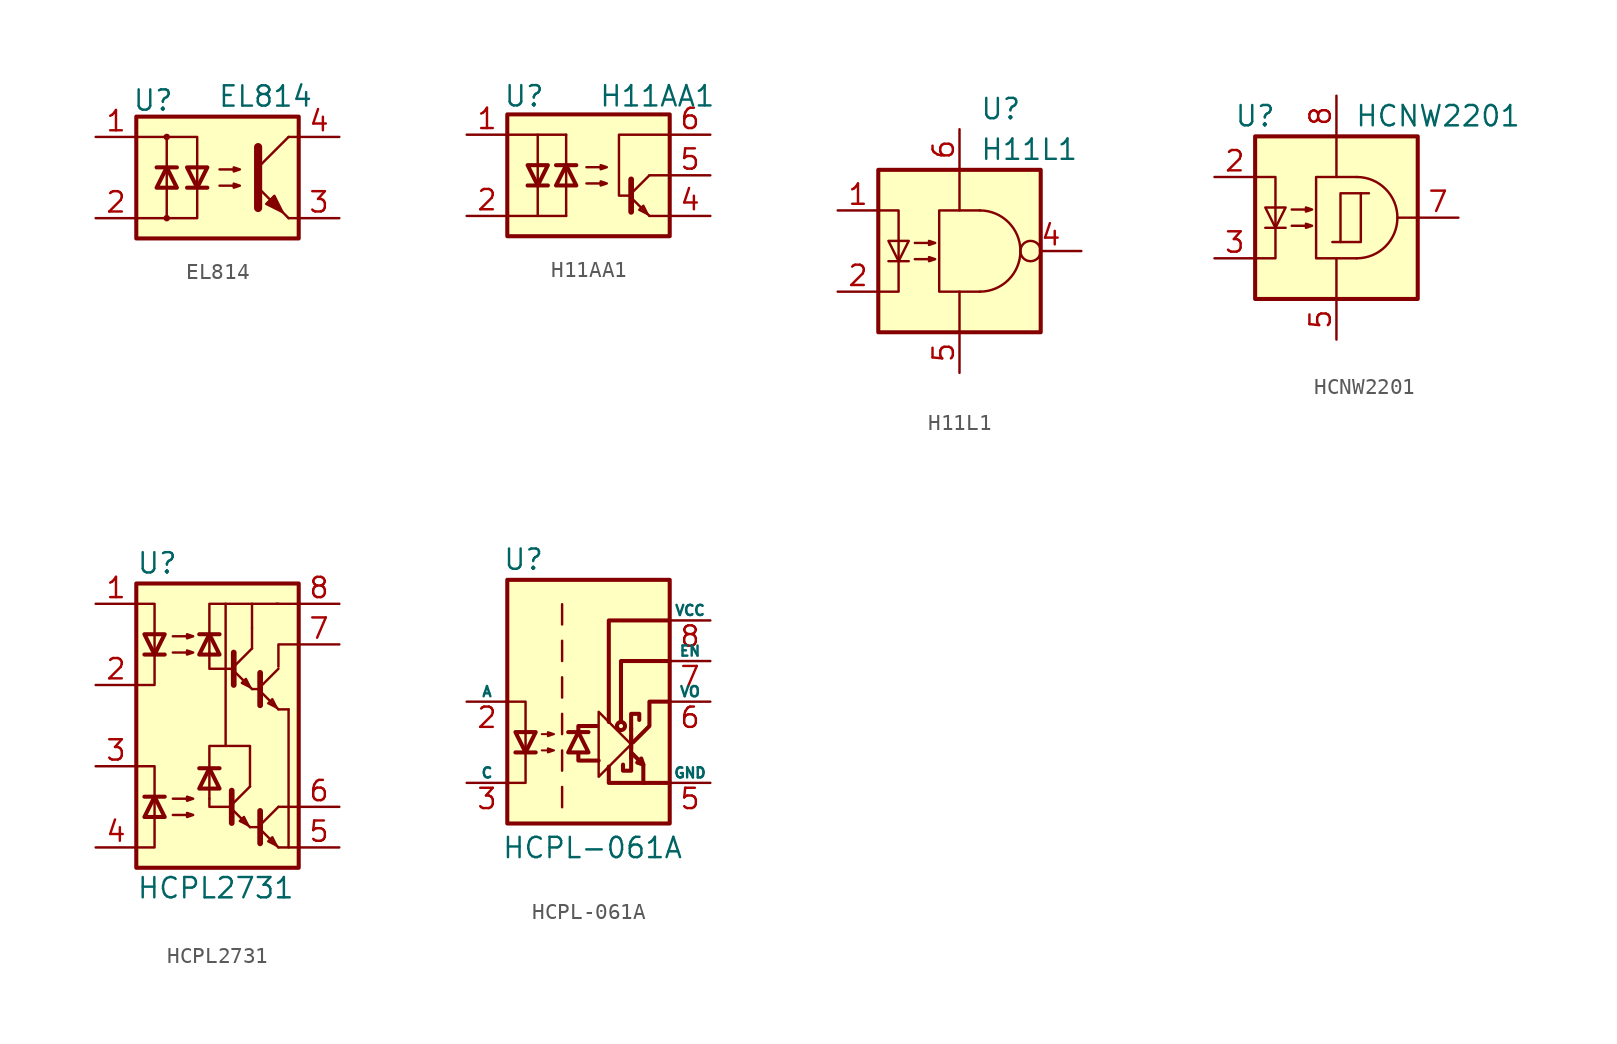
<source format=kicad_sym>
(kicad_symbol_lib
  (version 20200908)
  (generator kicad_symbol_editor)
  (symbol "Isolator:EL814"
    (pin_names
      (offset 1.016))
    (property "Reference" "U"
      (at -5.334 4.826 0)
      (effects (font (size 1.27 1.27)) (justify left)))
    (property "Value" "EL814"
      (at 0 5.08 0)
      (effects (font (size 1.27 1.27)) (justify left)))
    (symbol "EL814_0_1"
      (circle (center -3.175 -2.54) (radius 0.127) (stroke (width 0)) (fill (type none)))
      (circle (center -3.175 2.54) (radius 0.127) (stroke (width 0)) (fill (type none)))
      (rectangle (start -5.08 3.81) (end 5.08 -3.81) (stroke (width 0.254)) (fill (type background)))
      (polyline (pts (xy -3.81 0.635) (xy -2.54 0.635)) (stroke (width 0.254)) (fill (type none)))
      (polyline (pts (xy -3.175 -0.635) (xy -3.175 -2.54)) (stroke (width 0)) (fill (type none)))
      (polyline (pts (xy -3.175 0.635) (xy -3.175 -0.635)) (stroke (width 0)) (fill (type none)))
      (polyline (pts (xy -3.175 0.635) (xy -3.175 2.54)) (stroke (width 0)) (fill (type none)))
      (polyline (pts (xy -1.905 -0.635) (xy -0.635 -0.635)) (stroke (width 0.254)) (fill (type none)))
      (polyline (pts (xy -1.27 0.635) (xy -1.27 -0.635)) (stroke (width 0)) (fill (type none)))
      (polyline (pts (xy 2.54 0.635) (xy 4.445 2.54)) (stroke (width 0)) (fill (type none)))
      (polyline (pts (xy 4.445 -2.54) (xy 2.54 -0.635)) (stroke (width 0)) (fill (type outline)))
      (polyline (pts (xy 4.445 -2.54) (xy 5.08 -2.54)) (stroke (width 0)) (fill (type none)))
      (polyline (pts (xy 4.445 2.54) (xy 5.08 2.54)) (stroke (width 0)) (fill (type none)))
      (polyline (pts (xy -5.08 2.54) (xy -1.27 2.54) (xy -1.27 0.635)) (stroke (width 0)) (fill (type none)))
      (polyline (pts (xy -1.27 -0.635) (xy -1.27 -2.54) (xy -5.08 -2.54)) (stroke (width 0)) (fill (type none)))
      (polyline (pts (xy 2.54 1.905) (xy 2.54 -1.905) (xy 2.54 -1.905)) (stroke (width 0.508)) (fill (type none)))
      (polyline (pts (xy -3.175 0.635) (xy -3.81 -0.635) (xy -2.54 -0.635) (xy -3.175 0.635)) (stroke (width 0.254)) (fill (type none)))
      (polyline (pts (xy -1.27 -0.635) (xy -1.905 0.635) (xy -0.635 0.635) (xy -1.27 -0.635)) (stroke (width 0.254)) (fill (type none)))
      (polyline (pts (xy 0.127 -0.508) (xy 1.397 -0.508) (xy 1.016 -0.635) (xy 1.016 -0.381) (xy 1.397 -0.508)) (stroke (width 0)) (fill (type none)))
      (polyline (pts (xy 0.127 0.508) (xy 1.397 0.508) (xy 1.016 0.381) (xy 1.016 0.635) (xy 1.397 0.508)) (stroke (width 0)) (fill (type none)))
      (polyline (pts (xy 3.048 -1.651) (xy 3.556 -1.143) (xy 4.064 -2.159) (xy 3.048 -1.651) (xy 3.048 -1.651)) (stroke (width 0)) (fill (type outline))))
    (symbol "EL814_1_1"
      (pin passive line (at -7.62 2.54 0) (length 2.54) (name "~" (effects (font (size 1.27 1.27)))) (number "1" (effects (font (size 1.27 1.27)))))
      (pin passive line (at -7.62 -2.54 0) (length 2.54) (name "~" (effects (font (size 1.27 1.27)))) (number "2" (effects (font (size 1.27 1.27)))))
      (pin passive line (at 7.62 -2.54 180) (length 2.54) (name "~" (effects (font (size 1.27 1.27)))) (number "3" (effects (font (size 1.27 1.27)))))
      (pin passive line (at 7.62 2.54 180) (length 2.54) (name "~" (effects (font (size 1.27 1.27)))) (number "4" (effects (font (size 1.27 1.27)))))))
  (symbol "Isolator:H11AA1"
    (property "Reference" "U"
      (at -5.334 4.953 0)
      (effects (font (size 1.27 1.27)) (justify left)))
    (property "Value" "H11AA1"
      (at 0.635 4.953 0)
      (effects (font (size 1.27 1.27)) (justify left)))
    (symbol "H11AA1_1_1"
      (rectangle (start -5.08 3.81) (end 5.08 -3.81) (stroke (width 0.254)) (fill (type background)))
      (polyline (pts (xy -3.81 -0.635) (xy -2.54 -0.635)) (stroke (width 0.254)) (fill (type none)))
      (polyline (pts (xy 2.667 -1.397) (xy 3.81 -2.54)) (stroke (width 0)) (fill (type none)))
      (polyline (pts (xy 2.667 -1.143) (xy 3.81 0)) (stroke (width 0)) (fill (type none)))
      (polyline (pts (xy 3.81 -2.54) (xy 5.08 -2.54)) (stroke (width 0)) (fill (type none)))
      (polyline (pts (xy 3.81 0) (xy 5.08 0)) (stroke (width 0)) (fill (type none)))
      (polyline (pts (xy 2.667 -0.254) (xy 2.667 -2.286) (xy 2.667 -2.286)) (stroke (width 0.356)) (fill (type none)))
      (polyline (pts (xy -5.08 -2.54) (xy -3.175 -2.54) (xy -3.175 2.54) (xy -5.08 2.54)) (stroke (width 0)) (fill (type none)))
      (polyline (pts (xy -3.175 -0.635) (xy -3.81 0.635) (xy -2.54 0.635) (xy -3.175 -0.635)) (stroke (width 0.254)) (fill (type none)))
      (polyline (pts (xy 3.683 -2.413) (xy 3.429 -1.905) (xy 3.175 -2.159) (xy 3.683 -2.413)) (stroke (width 0)) (fill (type none)))
      (polyline (pts (xy 5.08 2.54) (xy 1.905 2.54) (xy 1.905 -1.27) (xy 2.54 -1.27)) (stroke (width 0)) (fill (type none)))
      (polyline (pts (xy -0.127 -0.508) (xy 1.143 -0.508) (xy 0.762 -0.635) (xy 0.762 -0.381) (xy 1.143 -0.508)) (stroke (width 0)) (fill (type none)))
      (polyline (pts (xy -0.127 0.508) (xy 1.143 0.508) (xy 0.762 0.381) (xy 0.762 0.635) (xy 1.143 0.508)) (stroke (width 0)) (fill (type none)))
      (pin passive line (at -7.62 2.54 0) (length 2.54) (name "~" (effects (font (size 1.27 1.27)))) (number "1" (effects (font (size 1.27 1.27)))))
      (pin passive line (at -7.62 -2.54 0) (length 2.54) (name "~" (effects (font (size 1.27 1.27)))) (number "2" (effects (font (size 1.27 1.27)))))
      (pin unconnected line (at -5.08 0 0) (length 2.54) hide (name "NC" (effects (font (size 1.27 1.27)))) (number "3" (effects (font (size 1.27 1.27)))))
      (pin passive line (at 7.62 -2.54 180) (length 2.54) (name "~" (effects (font (size 1.27 1.27)))) (number "4" (effects (font (size 1.27 1.27)))))
      (pin passive line (at 7.62 0 180) (length 2.54) (name "~" (effects (font (size 1.27 1.27)))) (number "5" (effects (font (size 1.27 1.27)))))
      (pin passive line (at 7.62 2.54 180) (length 2.54) (name "~" (effects (font (size 1.27 1.27)))) (number "6" (effects (font (size 1.27 1.27))))))
    (symbol "H11AA1_0_1"
      (polyline (pts (xy -2.032 0.635) (xy -0.762 0.635)) (stroke (width 0.254)) (fill (type none)))
      (polyline (pts (xy -1.397 -2.54) (xy -3.175 -2.54)) (stroke (width 0.152)) (fill (type none)))
      (polyline (pts (xy -1.397 -0.635) (xy -1.397 -2.54)) (stroke (width 0)) (fill (type none)))
      (polyline (pts (xy -1.397 0.635) (xy -1.397 -0.635)) (stroke (width 0)) (fill (type none)))
      (polyline (pts (xy -1.397 0.635) (xy -1.397 2.54)) (stroke (width 0)) (fill (type none)))
      (polyline (pts (xy -1.397 2.54) (xy -3.175 2.54)) (stroke (width 0.152)) (fill (type none)))
      (polyline (pts (xy -1.397 0.635) (xy -2.032 -0.635) (xy -0.762 -0.635) (xy -1.397 0.635)) (stroke (width 0.254)) (fill (type none)))))
  (symbol "Isolator:H11L1"
    (pin_names
      (offset 1.016))
    (property "Reference" "U"
      (at 1.27 8.89 0)
      (effects (font (size 1.27 1.27)) (justify left)))
    (property "Value" "H11L1"
      (at 1.27 6.35 0)
      (effects (font (size 1.27 1.27)) (justify left)))
    (symbol "H11L1_0_1"
      (arc (start 1.27 -2.54) (end 1.27 2.54) (radius (at 1.27 0) (length 2.54) (angles -89.9 89.9)) (stroke (width 0)) (fill (type none)))
      (rectangle (start -5.08 5.08) (end 5.08 -5.08) (stroke (width 0.254)) (fill (type background)))
      (polyline (pts (xy -4.445 -0.635) (xy -3.175 -0.635)) (stroke (width 0)) (fill (type none)))
      (polyline (pts (xy 0 2.54) (xy 0 5.08)) (stroke (width 0)) (fill (type none)))
      (polyline (pts (xy 0 -2.54) (xy 0 -5.08) (xy 0 -3.81)) (stroke (width 0)) (fill (type none)))
      (polyline (pts (xy -5.08 -2.54) (xy -3.81 -2.54) (xy -3.81 2.54) (xy -5.08 2.54)) (stroke (width 0)) (fill (type none)))
      (polyline (pts (xy -3.81 -0.635) (xy -4.445 0.635) (xy -3.175 0.635) (xy -3.81 -0.635)) (stroke (width 0)) (fill (type none)))
      (polyline (pts (xy 1.27 -2.54) (xy -1.27 -2.54) (xy -1.27 2.54) (xy 1.27 2.54)) (stroke (width 0)) (fill (type none)))
      (polyline (pts (xy -2.794 -0.508) (xy -1.524 -0.508) (xy -1.905 -0.635) (xy -1.905 -0.381) (xy -1.524 -0.508)) (stroke (width 0)) (fill (type none)))
      (polyline (pts (xy -2.794 0.508) (xy -1.524 0.508) (xy -1.905 0.381) (xy -1.905 0.635) (xy -1.524 0.508)) (stroke (width 0)) (fill (type none))))
    (symbol "H11L1_1_1"
      (pin passive line (at -7.62 2.54 0) (length 2.54) (name "~" (effects (font (size 1.27 1.27)))) (number "1" (effects (font (size 1.27 1.27)))))
      (pin passive line (at -7.62 -2.54 0) (length 2.54) (name "~" (effects (font (size 1.27 1.27)))) (number "2" (effects (font (size 1.27 1.27)))))
      (pin unconnected line (at -5.08 0 0) (length 2.54) hide (name "~" (effects (font (size 1.27 1.27)))) (number "3" (effects (font (size 1.27 1.27)))))
      (pin output inverted (at 7.62 0 180) (length 3.81) (name "~" (effects (font (size 1.27 1.27)))) (number "4" (effects (font (size 1.27 1.27)))))
      (pin power_in line (at 0 -7.62 90) (length 2.54) (name "~" (effects (font (size 1.27 1.27)))) (number "5" (effects (font (size 1.27 1.27)))))
      (pin power_in line (at 0 7.62 270) (length 2.54) (name "~" (effects (font (size 1.27 1.27)))) (number "6" (effects (font (size 1.27 1.27)))))))
  (symbol "Isolator:HCNW2201"
    (property "Reference" "U"
      (at -5.08 6.35 0)
      (effects (font (size 1.27 1.27))))
    (property "Value" "HCNW2201"
      (at 6.35 6.35 0)
      (effects (font (size 1.27 1.27))))
    (symbol "HCNW2201_1_1"
      (arc (start 1.27 -2.54) (end 1.27 2.54) (radius (at 1.27 0) (length 2.54) (angles -89.9 89.9)) (stroke (width 0)) (fill (type none)))
      (rectangle (start -5.08 5.08) (end 5.08 -5.08) (stroke (width 0.254)) (fill (type background)))
      (rectangle (start 0.254 1.524) (end 1.524 -1.524) (stroke (width 0)) (fill (type none)))
      (polyline (pts (xy -4.445 -0.635) (xy -3.175 -0.635)) (stroke (width 0)) (fill (type none)))
      (polyline (pts (xy 0 2.54) (xy 0 5.08)) (stroke (width 0)) (fill (type none)))
      (polyline (pts (xy 0.254 -1.524) (xy -0.254 -1.524)) (stroke (width 0)) (fill (type none)))
      (polyline (pts (xy 1.524 1.524) (xy 2.032 1.524)) (stroke (width 0)) (fill (type none)))
      (polyline (pts (xy 0 -2.54) (xy 0 -5.08) (xy 0 -3.81)) (stroke (width 0)) (fill (type none)))
      (polyline (pts (xy -5.08 -2.54) (xy -3.81 -2.54) (xy -3.81 2.54) (xy -5.08 2.54)) (stroke (width 0)) (fill (type none)))
      (polyline (pts (xy -3.81 -0.635) (xy -4.445 0.635) (xy -3.175 0.635) (xy -3.81 -0.635)) (stroke (width 0)) (fill (type none)))
      (polyline (pts (xy 1.27 -2.54) (xy -1.27 -2.54) (xy -1.27 2.54) (xy 1.27 2.54)) (stroke (width 0)) (fill (type none)))
      (polyline (pts (xy -2.794 -0.508) (xy -1.524 -0.508) (xy -1.905 -0.635) (xy -1.905 -0.381) (xy -1.524 -0.508)) (stroke (width 0)) (fill (type none)))
      (polyline (pts (xy -2.794 0.508) (xy -1.524 0.508) (xy -1.905 0.381) (xy -1.905 0.635) (xy -1.524 0.508)) (stroke (width 0)) (fill (type none)))
      (pin unconnected line (at -5.08 0 0) (length 2.54) hide (name "~" (effects (font (size 1.27 1.27)))) (number "1" (effects (font (size 1.27 1.27)))))
      (pin passive line (at -7.62 2.54 0) (length 2.54) (name "~" (effects (font (size 1.27 1.27)))) (number "2" (effects (font (size 1.27 1.27)))))
      (pin passive line (at -7.62 -2.54 0) (length 2.54) (name "~" (effects (font (size 1.27 1.27)))) (number "3" (effects (font (size 1.27 1.27)))))
      (pin unconnected line (at -5.08 -5.08 0) (length 2.54) hide (name "~" (effects (font (size 1.27 1.27)))) (number "4" (effects (font (size 1.27 1.27)))))
      (pin power_in line (at 0 -7.62 90) (length 2.54) (name "~" (effects (font (size 1.27 1.27)))) (number "5" (effects (font (size 1.27 1.27)))))
      (pin unconnected line (at 5.08 -2.54 180) (length 2.54) hide (name "~" (effects (font (size 1.27 1.27)))) (number "6" (effects (font (size 1.27 1.27)))))
      (pin output line (at 7.62 0 180) (length 2.54) (name "~" (effects (font (size 1.27 1.27)))) (number "7" (effects (font (size 1.27 1.27)))))
      (pin power_in line (at 0 7.62 270) (length 2.54) (name "~" (effects (font (size 1.27 1.27)))) (number "8" (effects (font (size 1.27 1.27))))))
    (symbol "HCNW2201_0_1"
      (polyline (pts (xy 5.08 0) (xy 3.81 0)) (stroke (width 0)) (fill (type none)))))
  (symbol "Isolator:HCPL2731"
    (pin_names
      (offset 0.762) hide)
    (property "Reference" "U"
      (at -5.08 10.16 0)
      (effects (font (size 1.27 1.27)) (justify left)))
    (property "Value" "HCPL2731"
      (at -5.08 -10.16 0)
      (effects (font (size 1.27 1.27)) (justify left)))
    (symbol "HCPL2731_0_1"
      (rectangle (start -5.08 8.89) (end 5.08 -8.89) (stroke (width 0.254)) (fill (type background)))
      (polyline (pts (xy -4.572 -4.445) (xy -3.302 -4.445)) (stroke (width 0.254)) (fill (type none)))
      (polyline (pts (xy -4.572 4.445) (xy -3.302 4.445)) (stroke (width 0.254)) (fill (type none)))
      (polyline (pts (xy -0.508 -4.572) (xy -0.508 -3.937)) (stroke (width 0)) (fill (type none)))
      (polyline (pts (xy 0.127 -2.667) (xy -1.143 -2.667)) (stroke (width 0.254)) (fill (type none)))
      (polyline (pts (xy 0.127 5.715) (xy -1.143 5.715)) (stroke (width 0.254)) (fill (type none)))
      (polyline (pts (xy 0.889 -5.207) (xy 2.032 -6.35)) (stroke (width 0)) (fill (type none)))
      (polyline (pts (xy 0.889 -4.953) (xy 2.032 -3.81)) (stroke (width 0)) (fill (type none)))
      (polyline (pts (xy 1.016 3.429) (xy 2.159 2.286)) (stroke (width 0)) (fill (type none)))
      (polyline (pts (xy 1.016 3.683) (xy 2.159 4.826)) (stroke (width 0)) (fill (type none)))
      (polyline (pts (xy 2.032 -6.35) (xy 2.54 -6.35)) (stroke (width 0)) (fill (type none)))
      (polyline (pts (xy 2.159 2.286) (xy 2.667 2.286)) (stroke (width 0)) (fill (type none)))
      (polyline (pts (xy 2.159 4.826) (xy 2.159 6.096)) (stroke (width 0)) (fill (type none)))
      (polyline (pts (xy 2.159 6.096) (xy 2.159 7.62)) (stroke (width 0)) (fill (type none)))
      (polyline (pts (xy 2.667 -6.477) (xy 3.81 -7.62)) (stroke (width 0)) (fill (type none)))
      (polyline (pts (xy 2.667 -6.223) (xy 3.81 -5.08)) (stroke (width 0)) (fill (type none)))
      (polyline (pts (xy 2.667 2.159) (xy 3.81 1.016)) (stroke (width 0)) (fill (type none)))
      (polyline (pts (xy 2.667 2.413) (xy 3.81 3.556)) (stroke (width 0)) (fill (type none)))
      (polyline (pts (xy 3.683 7.62) (xy 5.08 7.62)) (stroke (width 0)) (fill (type none)))
      (polyline (pts (xy 3.81 -7.62) (xy 5.08 -7.62)) (stroke (width 0)) (fill (type none)))
      (polyline (pts (xy 3.81 -5.08) (xy 5.08 -5.08)) (stroke (width 0)) (fill (type none)))
      (polyline (pts (xy 3.81 1.016) (xy 4.445 1.016)) (stroke (width 0)) (fill (type none)))
      (polyline (pts (xy 4.445 -7.62) (xy 4.445 1.016)) (stroke (width 0)) (fill (type none)))
      (polyline (pts (xy -0.508 -4.572) (xy -0.508 -5.08) (xy 0.762 -5.08)) (stroke (width 0)) (fill (type none)))
      (polyline (pts (xy -0.508 4.445) (xy -0.508 7.62) (xy 3.81 7.62)) (stroke (width 0)) (fill (type none)))
      (polyline (pts (xy -0.508 4.572) (xy -0.508 3.556) (xy 1.016 3.556)) (stroke (width 0)) (fill (type none)))
      (polyline (pts (xy 0.508 -1.27) (xy 2.032 -1.27) (xy 2.032 -3.81)) (stroke (width 0)) (fill (type none)))
      (polyline (pts (xy 0.889 -4.064) (xy 0.889 -6.096) (xy 0.889 -6.096)) (stroke (width 0.356)) (fill (type none)))
      (polyline (pts (xy 1.016 4.572) (xy 1.016 2.54) (xy 1.016 2.54)) (stroke (width 0.356)) (fill (type none)))
      (polyline (pts (xy 2.667 -5.334) (xy 2.667 -7.366) (xy 2.667 -7.366)) (stroke (width 0.356)) (fill (type none)))
      (polyline (pts (xy 2.667 3.302) (xy 2.667 1.27) (xy 2.667 1.27)) (stroke (width 0.356)) (fill (type none)))
      (polyline (pts (xy 3.81 3.683) (xy 3.81 5.08) (xy 5.08 5.08)) (stroke (width 0)) (fill (type none)))
      (polyline (pts (xy -5.08 -2.54) (xy -3.937 -2.54) (xy -3.937 -7.62) (xy -5.08 -7.62)) (stroke (width 0)) (fill (type none)))
      (polyline (pts (xy -5.08 7.62) (xy -3.937 7.62) (xy -3.937 2.54) (xy -5.08 2.54)) (stroke (width 0)) (fill (type none)))
      (polyline (pts (xy -3.937 -4.445) (xy -4.572 -5.715) (xy -3.302 -5.715) (xy -3.937 -4.445)) (stroke (width 0.254)) (fill (type none)))
      (polyline (pts (xy -3.937 4.445) (xy -4.572 5.715) (xy -3.302 5.715) (xy -3.937 4.445)) (stroke (width 0.254)) (fill (type none)))
      (polyline (pts (xy -0.508 -3.937) (xy -0.508 -1.27) (xy 0.508 -1.27) (xy 0.508 7.62)) (stroke (width 0)) (fill (type none)))
      (polyline (pts (xy -0.508 -2.667) (xy 0.127 -3.937) (xy -1.143 -3.937) (xy -0.508 -2.667)) (stroke (width 0.254)) (fill (type none)))
      (polyline (pts (xy -0.508 5.715) (xy 0.127 4.445) (xy -1.143 4.445) (xy -0.508 5.715)) (stroke (width 0.254)) (fill (type none)))
      (polyline (pts (xy 1.905 -6.223) (xy 1.651 -5.715) (xy 1.397 -5.969) (xy 1.905 -6.223)) (stroke (width 0)) (fill (type none)))
      (polyline (pts (xy 2.032 2.413) (xy 1.778 2.921) (xy 1.524 2.667) (xy 2.032 2.413)) (stroke (width 0)) (fill (type none)))
      (polyline (pts (xy 3.683 -7.493) (xy 3.429 -6.985) (xy 3.175 -7.239) (xy 3.683 -7.493)) (stroke (width 0)) (fill (type none)))
      (polyline (pts (xy 3.683 1.143) (xy 3.429 1.651) (xy 3.175 1.397) (xy 3.683 1.143)) (stroke (width 0)) (fill (type none)))
      (polyline (pts (xy -2.794 -5.588) (xy -1.524 -5.588) (xy -1.905 -5.715) (xy -1.905 -5.461) (xy -1.524 -5.588)) (stroke (width 0)) (fill (type none)))
      (polyline (pts (xy -2.794 -4.572) (xy -1.524 -4.572) (xy -1.905 -4.699) (xy -1.905 -4.445) (xy -1.524 -4.572)) (stroke (width 0)) (fill (type none)))
      (polyline (pts (xy -2.794 4.572) (xy -1.524 4.572) (xy -1.905 4.445) (xy -1.905 4.699) (xy -1.524 4.572)) (stroke (width 0)) (fill (type none)))
      (polyline (pts (xy -2.794 5.588) (xy -1.524 5.588) (xy -1.905 5.461) (xy -1.905 5.715) (xy -1.524 5.588)) (stroke (width 0)) (fill (type none))))
    (symbol "HCPL2731_1_1"
      (pin passive line (at -7.62 7.62 0) (length 2.54) (name "A1" (effects (font (size 1.27 1.27)))) (number "1" (effects (font (size 1.27 1.27)))))
      (pin passive line (at -7.62 2.54 0) (length 2.54) (name "C1" (effects (font (size 1.27 1.27)))) (number "2" (effects (font (size 1.27 1.27)))))
      (pin passive line (at -7.62 -2.54 0) (length 2.54) (name "C2" (effects (font (size 1.27 1.27)))) (number "3" (effects (font (size 1.27 1.27)))))
      (pin passive line (at -7.62 -7.62 0) (length 2.54) (name "A2" (effects (font (size 1.27 1.27)))) (number "4" (effects (font (size 1.27 1.27)))))
      (pin passive line (at 7.62 -7.62 180) (length 2.54) (name "GND" (effects (font (size 1.27 1.27)))) (number "5" (effects (font (size 1.27 1.27)))))
      (pin passive line (at 7.62 -5.08 180) (length 2.54) (name "VO2" (effects (font (size 1.27 1.27)))) (number "6" (effects (font (size 1.27 1.27)))))
      (pin passive line (at 7.62 5.08 180) (length 2.54) (name "VO1" (effects (font (size 1.27 1.27)))) (number "7" (effects (font (size 1.27 1.27)))))
      (pin passive line (at 7.62 7.62 180) (length 2.54) (name "VCC" (effects (font (size 1.27 1.27)))) (number "8" (effects (font (size 1.27 1.27)))))))
  (symbol "Isolator:HCPL-061A"
    (pin_names
      (offset 0))
    (property "Reference" "U"
      (at -4.064 8.89 0)
      (effects (font (size 1.27 1.27))))
    (property "Value" "HCPL-061A"
      (at 0.254 -9.144 0)
      (effects (font (size 1.27 1.27))))
    (symbol "HCPL-061A_0_1"
      (circle (center 2.032 -1.524) (radius 0.254) (stroke (width 0.254)) (fill (type none)))
      (polyline (pts (xy 2.667 -3.556) (xy 2.667 -1.651)) (stroke (width 0.254)) (fill (type none)))
      (polyline (pts (xy 2.667 -2.159) (xy 2.667 -2.921)) (stroke (width 0.254)) (fill (type none)))
      (polyline (pts (xy 3.429 -3.937) (xy 3.429 -5.08)) (stroke (width 0.254)) (fill (type none)))
      (polyline (pts (xy -0.635 -3.302) (xy -0.635 -3.683) (xy 0.635 -3.683)) (stroke (width 0.254)) (fill (type none)))
      (polyline (pts (xy -0.635 -1.905) (xy -0.635 -1.524) (xy 0.508 -1.524)) (stroke (width 0.254)) (fill (type none)))
      (polyline (pts (xy 1.27 -4.064) (xy 1.27 -5.08) (xy 5.08 -5.08)) (stroke (width 0.254)) (fill (type none)))
      (polyline (pts (xy 1.27 -1.27) (xy 1.27 5.08) (xy 5.08 5.08)) (stroke (width 0.254)) (fill (type none)))
      (polyline (pts (xy 2.032 -1.27) (xy 2.032 2.54) (xy 5.08 2.54)) (stroke (width 0.254)) (fill (type none)))
      (polyline (pts (xy -5.08 -5.08) (xy -3.937 -5.08) (xy -3.937 0) (xy -5.08 0)) (stroke (width 0)) (fill (type none)))
      (polyline (pts (xy 2.667 -3.302) (xy 2.667 -4.318) (xy 2.159 -4.318) (xy 2.159 -3.937)) (stroke (width 0.254)) (fill (type none)))
      (polyline (pts (xy 2.667 -2.667) (xy 0.635 -4.699) (xy 0.635 -0.635) (xy 2.667 -2.667)) (stroke (width 0)) (fill (type none)))
      (polyline (pts (xy 2.667 -1.778) (xy 2.667 -0.762) (xy 3.175 -0.762) (xy 3.175 -1.143)) (stroke (width 0.254)) (fill (type none)))
      (polyline (pts (xy 2.794 -2.54) (xy 3.81 -1.524) (xy 3.81 0) (xy 5.08 0)) (stroke (width 0.254)) (fill (type none)))
      (polyline (pts (xy 2.667 -3.175) (xy 3.429 -3.937) (xy 3.302 -3.556) (xy 3.048 -3.81) (xy 3.429 -3.937)) (stroke (width 0.254)) (fill (type none))))
    (symbol "HCPL-061A_1_1"
      (rectangle (start -5.08 7.62) (end 5.08 -7.62) (stroke (width 0.254)) (fill (type background)))
      (polyline (pts (xy -4.572 -3.175) (xy -3.302 -3.175)) (stroke (width 0.254)) (fill (type none)))
      (polyline (pts (xy -1.651 -5.334) (xy -1.651 -6.604)) (stroke (width 0)) (fill (type none)))
      (polyline (pts (xy -1.651 -3.048) (xy -1.651 -4.318)) (stroke (width 0)) (fill (type none)))
      (polyline (pts (xy -1.651 -0.762) (xy -1.651 -2.032)) (stroke (width 0)) (fill (type none)))
      (polyline (pts (xy -1.651 1.524) (xy -1.651 0.254)) (stroke (width 0)) (fill (type none)))
      (polyline (pts (xy -1.651 3.81) (xy -1.651 2.54)) (stroke (width 0)) (fill (type none)))
      (polyline (pts (xy -1.651 6.096) (xy -1.651 4.826)) (stroke (width 0)) (fill (type none)))
      (polyline (pts (xy -1.27 -1.905) (xy 0 -1.905)) (stroke (width 0.254)) (fill (type none)))
      (polyline (pts (xy -3.937 -3.175) (xy -4.572 -1.905) (xy -3.302 -1.905) (xy -3.937 -3.175)) (stroke (width 0.254)) (fill (type none)))
      (polyline (pts (xy -0.635 -1.905) (xy -1.27 -3.175) (xy 0 -3.175) (xy -0.635 -1.905)) (stroke (width 0.254)) (fill (type none)))
      (polyline (pts (xy -2.921 -3.048) (xy -2.159 -3.048) (xy -2.54 -3.175) (xy -2.54 -2.921) (xy -2.159 -3.048)) (stroke (width 0.127)) (fill (type none)))
      (polyline (pts (xy -2.921 -2.032) (xy -2.159 -2.032) (xy -2.54 -2.159) (xy -2.54 -1.905) (xy -2.159 -2.032)) (stroke (width 0.127)) (fill (type none)))
      (pin unconnected line (at -5.08 5.08 0) (length 2.54) hide (name "NC" (effects (font (size 0.635 0.635)))) (number "1" (effects (font (size 1.27 1.27)))))
      (pin passive line (at -7.62 0 0) (length 2.54) (name "A" (effects (font (size 0.635 0.635)))) (number "2" (effects (font (size 1.27 1.27)))))
      (pin passive line (at -7.62 -5.08 0) (length 2.54) (name "C" (effects (font (size 0.635 0.635)))) (number "3" (effects (font (size 1.27 1.27)))))
      (pin power_in line (at 7.62 -5.08 180) (length 2.54) (name "GND" (effects (font (size 0.635 0.635)))) (number "5" (effects (font (size 1.27 1.27)))))
      (pin open_collector line (at 7.62 0 180) (length 2.54) (name "VO" (effects (font (size 0.635 0.635)))) (number "6" (effects (font (size 1.27 1.27)))))
      (pin input line (at 7.62 2.54 180) (length 2.54) (name "EN" (effects (font (size 0.635 0.635)))) (number "7" (effects (font (size 1.27 1.27)))))
      (pin power_in line (at 7.62 5.08 180) (length 2.54) (name "VCC" (effects (font (size 0.635 0.635)))) (number "8" (effects (font (size 1.27 1.27))))))))
</source>
